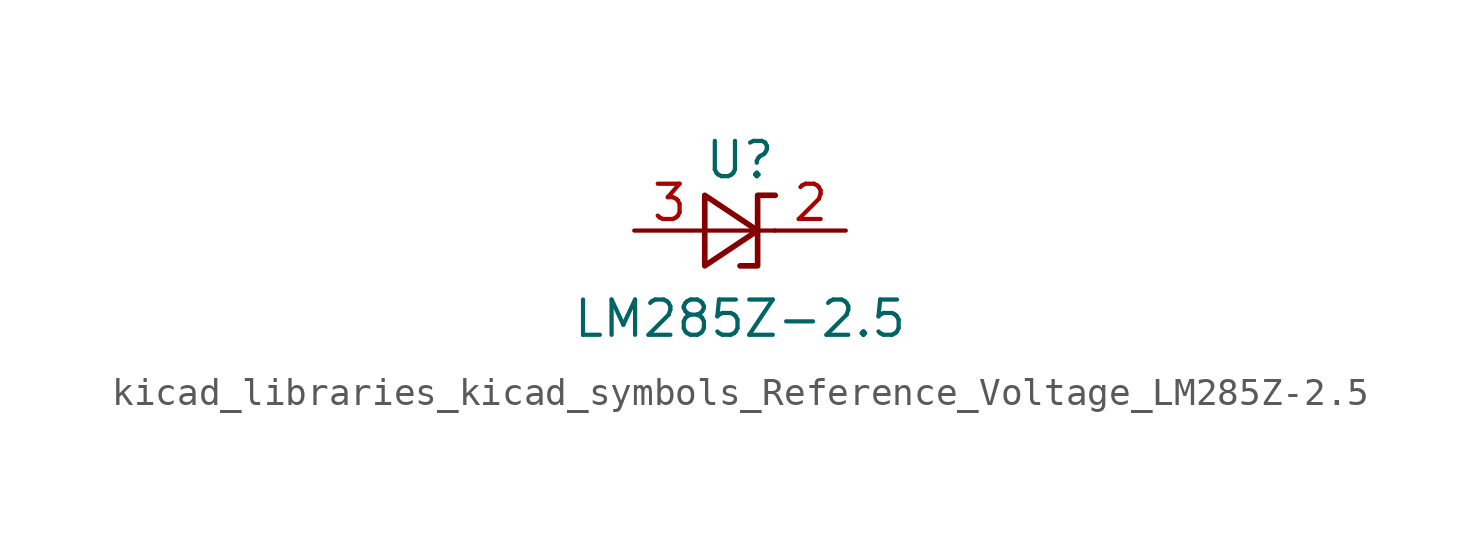
<source format=kicad_sym>
(kicad_symbol_lib
  (version 20220914)
  (generator kicad_symbol_editor)
  (symbol "kicad_libraries_kicad_symbols_Reference_Voltage_LM285Z-2.5"
    (pin_names
      (offset 0.025) hide)
    (property "Reference" "U"
      (at 0 2.54 0)
      (effects (font (size 1.27 1.27))))
    (property "Value" "LM285Z-2.5"
      (at 0 -3.175 0)
      (effects (font (size 1.27 1.27))))
    (symbol "kicad_libraries_kicad_symbols_Reference_Voltage_LM285Z-2.5_0_1"
      (polyline (pts (xy -1.27 0) (xy 0 0) (xy 1.27 0)) (stroke (width 0) (type default)) (fill (type none)))
      (polyline (pts (xy -1.27 -1.27) (xy 0.635 0) (xy -1.27 1.27) (xy -1.27 -1.27)) (stroke (width 0.203) (type default)) (fill (type none)))
      (polyline (pts (xy 0 -1.27) (xy 0.635 -1.27) (xy 0.635 1.27) (xy 1.27 1.27)) (stroke (width 0.203) (type default)) (fill (type none))))
    (symbol "kicad_libraries_kicad_symbols_Reference_Voltage_LM285Z-2.5_1_1"
      (pin passive line (at 3.81 0 180) (length 2.54) (name "K" (effects (font (size 1.27 1.27)))) (number "2" (effects (font (size 1.27 1.27)))))
      (pin passive line (at -3.81 0 0) (length 2.54) (name "A" (effects (font (size 1.27 1.27)))) (number "3" (effects (font (size 1.27 1.27))))))))
</source>
